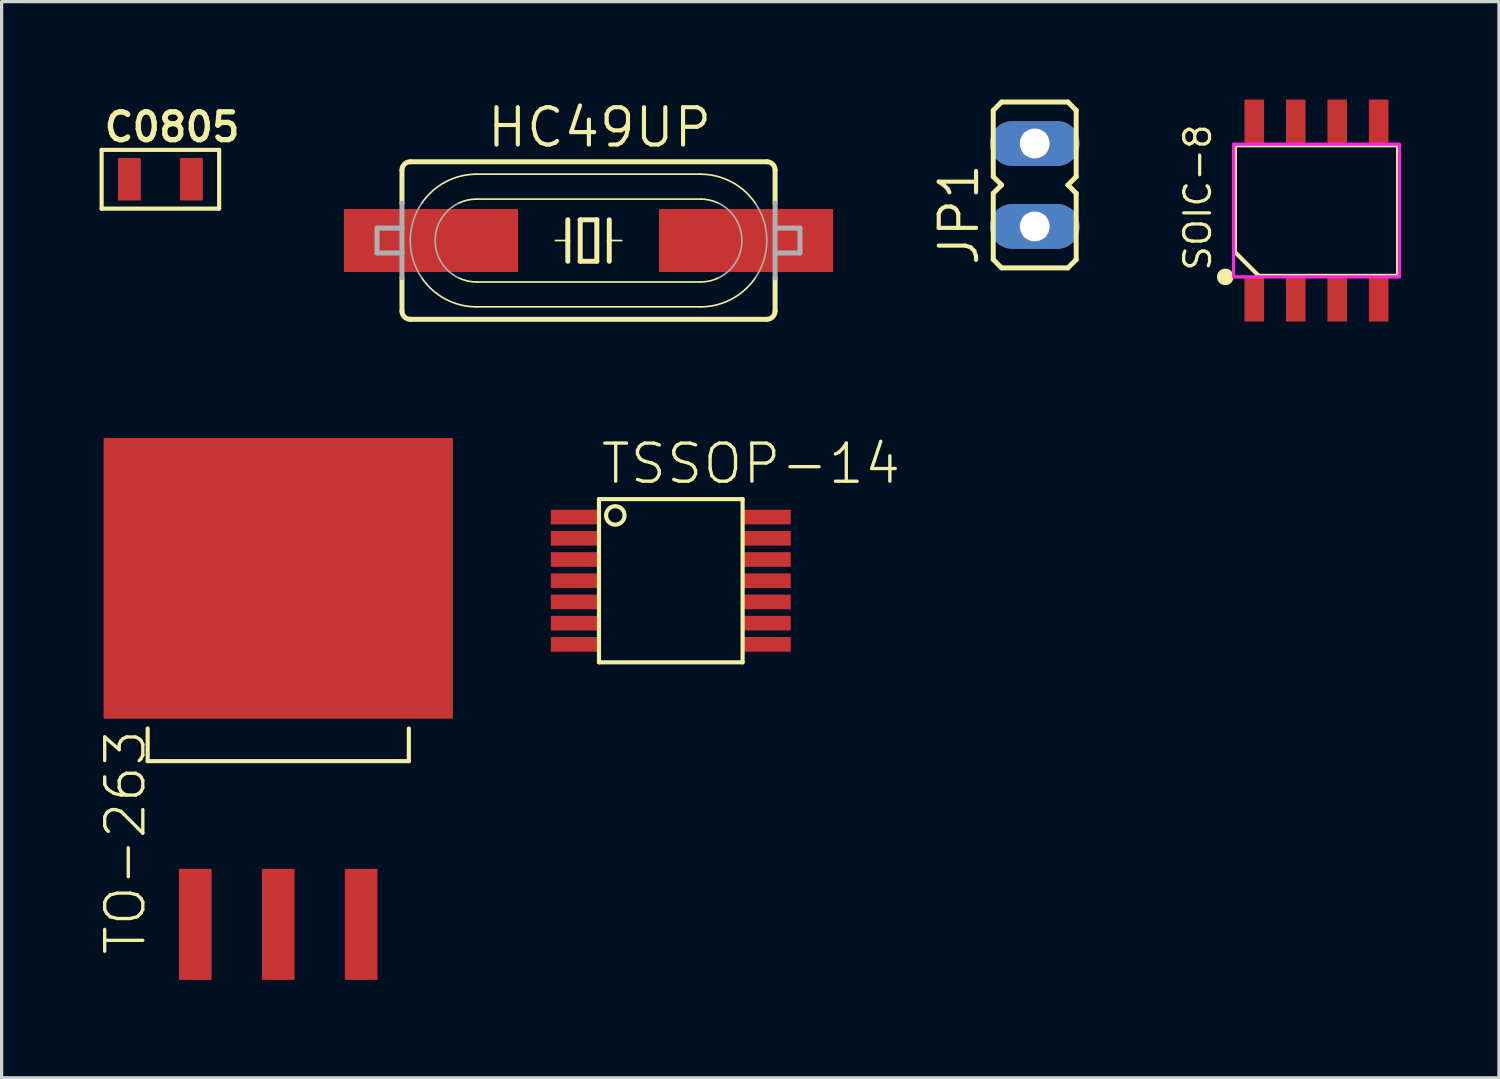
<source format=kicad_pcb>
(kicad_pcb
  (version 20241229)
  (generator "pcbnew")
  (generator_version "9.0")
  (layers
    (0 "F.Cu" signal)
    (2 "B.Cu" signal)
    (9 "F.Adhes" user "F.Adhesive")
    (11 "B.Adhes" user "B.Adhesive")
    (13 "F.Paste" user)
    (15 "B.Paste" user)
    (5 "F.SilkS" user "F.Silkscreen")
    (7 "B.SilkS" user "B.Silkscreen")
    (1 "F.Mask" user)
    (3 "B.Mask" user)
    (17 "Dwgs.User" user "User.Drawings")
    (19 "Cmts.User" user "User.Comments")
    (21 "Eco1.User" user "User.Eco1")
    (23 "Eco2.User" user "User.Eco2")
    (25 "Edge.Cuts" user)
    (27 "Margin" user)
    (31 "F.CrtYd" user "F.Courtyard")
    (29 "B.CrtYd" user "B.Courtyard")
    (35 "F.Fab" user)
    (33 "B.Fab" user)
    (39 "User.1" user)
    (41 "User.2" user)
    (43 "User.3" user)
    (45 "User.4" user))
  (footprint "HC49UP"
    (layer "F.Cu")
    (at 14.978 4.318)
    (property "Reference" "HC49UP" (at -3.175 -2.794 0) (layer "F.SilkS") (effects (font (size 1.143 1.143) (thickness 0.127)) (justify left bottom)))
    (fp_line (start -5.715 -1.143) (end -5.715 -2.159) (stroke (width 0.152) (type solid)) (layer "F.SilkS"))
    (fp_line (start -5.715 2.159) (end -5.715 1.143) (stroke (width 0.152) (type solid)) (layer "F.SilkS"))
    (fp_line (start -3.429 -2.032) (end 3.429 -2.032) (stroke (width 0.051) (type solid)) (layer "F.SilkS"))
    (fp_line (start -3.429 -1.27) (end 3.429 -1.27) (stroke (width 0.051) (type solid)) (layer "F.SilkS"))
    (fp_line (start -0.635 -0.635) (end -0.635 0) (stroke (width 0.152) (type solid)) (layer "F.SilkS"))
    (fp_line (start -0.635 0) (end -1.016 0) (stroke (width 0.051) (type solid)) (layer "F.SilkS"))
    (fp_line (start -0.635 0) (end -0.635 0.635) (stroke (width 0.152) (type solid)) (layer "F.SilkS"))
    (fp_line (start -0.254 -0.635) (end -0.254 0.635) (stroke (width 0.152) (type solid)) (layer "F.SilkS"))
    (fp_line (start -0.254 0.635) (end 0.254 0.635) (stroke (width 0.152) (type solid)) (layer "F.SilkS"))
    (fp_line (start 0.254 -0.635) (end -0.254 -0.635) (stroke (width 0.152) (type solid)) (layer "F.SilkS"))
    (fp_line (start 0.254 0.635) (end 0.254 -0.635) (stroke (width 0.152) (type solid)) (layer "F.SilkS"))
    (fp_line (start 0.635 -0.635) (end 0.635 0) (stroke (width 0.152) (type solid)) (layer "F.SilkS"))
    (fp_line (start 0.635 0) (end 0.635 0.635) (stroke (width 0.152) (type solid)) (layer "F.SilkS"))
    (fp_line (start 0.635 0) (end 1.016 0) (stroke (width 0.051) (type solid)) (layer "F.SilkS"))
    (fp_line (start 3.429 1.27) (end -3.429 1.27) (stroke (width 0.051) (type solid)) (layer "F.SilkS"))
    (fp_line (start 3.429 2.032) (end -3.429 2.032) (stroke (width 0.051) (type solid)) (layer "F.SilkS"))
    (fp_line (start 5.461 -2.413) (end -5.461 -2.413) (stroke (width 0.152) (type solid)) (layer "F.SilkS"))
    (fp_line (start 5.461 2.413) (end -5.461 2.413) (stroke (width 0.152) (type solid)) (layer "F.SilkS"))
    (fp_line (start 5.715 -1.143) (end 5.715 -2.159) (stroke (width 0.152) (type solid)) (layer "F.SilkS"))
    (fp_line (start 5.715 2.159) (end 5.715 1.143) (stroke (width 0.152) (type solid)) (layer "F.SilkS"))
    (fp_arc (start -5.715 -2.159) (mid -5.640605 -2.338605) (end -5.461 -2.413) (stroke (width 0.1524) (type solid)) (layer "F.SilkS"))
    (fp_arc (start -5.461 2.413) (mid -5.640605 2.338605) (end -5.715 2.159) (stroke (width 0.1524) (type solid)) (layer "F.SilkS"))
    (fp_arc (start -5.1091 -1.143) (mid -4.379417 -1.796107) (end -3.429 -2.032101) (stroke (width 0.0508) (type solid)) (layer "F.SilkS"))
    (fp_arc (start -3.9826 -1.143) (mid -3.712991 -1.237845) (end -3.429 -1.27) (stroke (width 0.0508) (type solid)) (layer "F.SilkS"))
    (fp_arc (start -3.429 1.27) (mid -3.712991 1.237845) (end -3.9826 1.143) (stroke (width 0.0508) (type solid)) (layer "F.SilkS"))
    (fp_arc (start -3.429 2.032001) (mid -4.379408 1.796063) (end -5.1091 1.143) (stroke (width 0.0508) (type solid)) (layer "F.SilkS"))
    (fp_arc (start 3.429 -2.032) (mid 4.379408 -1.796062) (end 5.1091 -1.142999) (stroke (width 0.0508) (type solid)) (layer "F.SilkS"))
    (fp_arc (start 3.429 -1.27) (mid 3.712991 -1.237845) (end 3.9826 -1.143) (stroke (width 0.0508) (type solid)) (layer "F.SilkS"))
    (fp_arc (start 3.9826 1.143) (mid 3.712991 1.237845) (end 3.429 1.27) (stroke (width 0.0508) (type solid)) (layer "F.SilkS"))
    (fp_arc (start 5.109 1.142899) (mid 4.379368 1.795994) (end 3.429 2.032) (stroke (width 0.0508) (type solid)) (layer "F.SilkS"))
    (fp_arc (start 5.461 -2.413) (mid 5.640605 -2.338605) (end 5.715 -2.159) (stroke (width 0.1524) (type solid)) (layer "F.SilkS"))
    (fp_arc (start 5.715 2.159) (mid 5.640605 2.338605) (end 5.461 2.413) (stroke (width 0.1524) (type solid)) (layer "F.SilkS"))
    (fp_line (start -6.477 0.381) (end -6.477 -0.381) (stroke (width 0.152) (type solid)) (layer "F.Fab"))
    (fp_line (start -5.715 -0.381) (end -6.477 -0.381) (stroke (width 0.152) (type solid)) (layer "F.Fab"))
    (fp_line (start -5.715 -0.381) (end -5.715 -1.143) (stroke (width 0.152) (type solid)) (layer "F.Fab"))
    (fp_line (start -5.715 0.381) (end -6.477 0.381) (stroke (width 0.152) (type solid)) (layer "F.Fab"))
    (fp_line (start -5.715 0.381) (end -5.715 -0.381) (stroke (width 0.152) (type solid)) (layer "F.Fab"))
    (fp_line (start -5.715 1.143) (end -5.715 0.381) (stroke (width 0.152) (type solid)) (layer "F.Fab"))
    (fp_line (start 5.715 -0.381) (end 6.477 -0.381) (stroke (width 0.152) (type solid)) (layer "F.Fab"))
    (fp_line (start 5.715 0.381) (end 6.477 0.381) (stroke (width 0.152) (type solid)) (layer "F.Fab"))
    (fp_line (start 5.715 1.143) (end 5.715 -1.143) (stroke (width 0.152) (type solid)) (layer "F.Fab"))
    (fp_line (start 6.477 0.381) (end 6.477 -0.381) (stroke (width 0.152) (type solid)) (layer "F.Fab"))
    (fp_arc (start -5.1091 1.143) (mid -5.46104 0) (end -5.1091 -1.143) (stroke (width 0.0508) (type solid)) (layer "F.Fab"))
    (fp_arc (start -3.9826 1.143) (mid -4.699009 0) (end -3.9826 -1.143) (stroke (width 0.0508) (type solid)) (layer "F.Fab"))
    (fp_arc (start 3.9826 -1.143) (mid 4.699009 0) (end 3.9826 1.143) (stroke (width 0.0508) (type solid)) (layer "F.Fab"))
    (fp_arc (start 5.1091 -1.143) (mid 5.46104 0) (end 5.1091 1.143) (stroke (width 0.0508) (type solid)) (layer "F.Fab"))
    (pad "1" smd rect (at -4.826 0) (size 5.334 1.93) (layers "F.Cu" "F.Mask" "F.Paste"))
    (pad "2" smd rect (at 4.826 0) (size 5.334 1.93) (layers "F.Cu" "F.Mask" "F.Paste"))
    (zone (net_name "") (layers "F.Cu" "B.Cu") (hatch edge 0.5) (connect_pads) (min_thickness 0.25) (filled_areas_thickness no) (keepout (tracks allowed) (vias not_allowed) (pads allowed) (copperpour allowed) (footprints allowed)) (placement (enabled no)) (fill) (polygon (pts (xy 8.374 7.366) (xy 21.582 7.366) (xy 21.582 1.27) (xy 8.374 1.27)))))
  (footprint "TO-263"
    (layer "F.Cu")
    (at 5.473 25.266)
    (property "Reference" "TO-263" (at -4 1 90) (layer "F.SilkS") (effects (font (size 1.168 1.168) (thickness 0.102)) (justify left bottom)))
    (fp_line (start -4 -6) (end -4 -5) (stroke (width 0.127) (type solid)) (layer "F.SilkS"))
    (fp_line (start -4 -5) (end 4 -5) (stroke (width 0.127) (type solid)) (layer "F.SilkS"))
    (fp_line (start 4 -5) (end 4 -6) (stroke (width 0.127) (type solid)) (layer "F.SilkS"))
    (pad "P$1" smd rect (at -2.54 0) (size 1 3.4) (layers "F.Cu" "F.Mask" "F.Paste"))
    (pad "P$2" smd rect (at 0 0) (size 1 3.4) (layers "F.Cu" "F.Mask" "F.Paste"))
    (pad "P$3" smd rect (at 2.54 0) (size 1 3.4) (layers "F.Cu" "F.Mask" "F.Paste"))
    (pad "P$4" smd rect (at 0 -10.6) (size 10.7 8.6) (layers "F.Cu" "F.Mask" "F.Paste")))
  (footprint "JP1"
    (layer "F.Cu")
    (at 28.646 2.616)
    (property "Reference" "JP1" (at -1.651 2.54 90) (layer "F.SilkS") (effects (font (size 1.143 1.143) (thickness 0.127)) (justify left bottom)))
    (fp_line (start -1.27 -2.286) (end -1.27 -0.254) (stroke (width 0.152) (type solid)) (layer "F.SilkS"))
    (fp_line (start -1.27 -2.286) (end -1.016 -2.54) (stroke (width 0.152) (type solid)) (layer "F.SilkS"))
    (fp_line (start -1.27 0.254) (end -1.27 2.286) (stroke (width 0.152) (type solid)) (layer "F.SilkS"))
    (fp_line (start -1.016 0) (end -1.27 -0.254) (stroke (width 0.152) (type solid)) (layer "F.SilkS"))
    (fp_line (start -1.016 0) (end -1.27 0.254) (stroke (width 0.152) (type solid)) (layer "F.SilkS"))
    (fp_line (start -1.016 2.54) (end -1.27 2.286) (stroke (width 0.152) (type solid)) (layer "F.SilkS"))
    (fp_line (start -1.016 2.54) (end 1.016 2.54) (stroke (width 0.152) (type solid)) (layer "F.SilkS"))
    (fp_line (start 1.016 -2.54) (end -1.016 -2.54) (stroke (width 0.152) (type solid)) (layer "F.SilkS"))
    (fp_line (start 1.016 0) (end 1.27 -0.254) (stroke (width 0.152) (type solid)) (layer "F.SilkS"))
    (fp_line (start 1.016 0) (end 1.27 0.254) (stroke (width 0.152) (type solid)) (layer "F.SilkS"))
    (fp_line (start 1.016 2.54) (end 1.27 2.286) (stroke (width 0.152) (type solid)) (layer "F.SilkS"))
    (fp_line (start 1.27 -2.286) (end 1.016 -2.54) (stroke (width 0.152) (type solid)) (layer "F.SilkS"))
    (fp_line (start 1.27 -2.286) (end 1.27 -0.254) (stroke (width 0.152) (type solid)) (layer "F.SilkS"))
    (fp_line (start 1.27 0.254) (end 1.27 2.286) (stroke (width 0.152) (type solid)) (layer "F.SilkS"))
    (fp_poly (pts (xy -0.305 -0.965) (xy 0.305 -0.965) (xy 0.305 -1.575) (xy -0.305 -1.575)) (stroke (width 0.1) (type default)) (fill no) (layer "F.Fab"))
    (fp_poly (pts (xy -0.305 1.575) (xy 0.305 1.575) (xy 0.305 0.965) (xy -0.305 0.965)) (stroke (width 0.1) (type default)) (fill no) (layer "F.Fab"))
    (pad "1" thru_hole oval (at 0 1.27) (size 2.743 1.372) (drill 0.914) (layers "*.Cu" "*.Mask"))
    (pad "2" thru_hole oval (at 0 -1.27) (size 2.743 1.372) (drill 0.914) (layers "*.Cu" "*.Mask")))
  (footprint "C0805"
    (layer "F.Cu")
    (at 1.863 2.441)
    (property "Reference" "C0805" (at -1.8 -1.1 0) (layer "F.SilkS") (effects (font (size 0.853 0.853) (thickness 0.163)) (justify left bottom)))
    (fp_line (start -1.8 -0.9) (end -1.8 0.9) (stroke (width 0.127) (type solid)) (layer "F.SilkS"))
    (fp_line (start -1.8 0.9) (end 1.8 0.9) (stroke (width 0.127) (type solid)) (layer "F.SilkS"))
    (fp_line (start 1.8 -0.9) (end -1.8 -0.9) (stroke (width 0.127) (type solid)) (layer "F.SilkS"))
    (fp_line (start 1.8 0.9) (end 1.8 -0.9) (stroke (width 0.127) (type solid)) (layer "F.SilkS"))
    (pad "P$1" smd rect (at -0.95 0 180) (size 0.7 1.3) (layers "F.Cu" "F.Mask" "F.Paste"))
    (pad "P$2" smd rect (at 0.95 0 180) (size 0.7 1.3) (layers "F.Cu" "F.Mask" "F.Paste")))
  (footprint "SOIC-8"
    (layer "F.Cu")
    (at 37.277 3.4)
    (property "Reference" "SOIC-8" (at -3.175 1.905 90) (layer "F.SilkS") (effects (font (size 0.791 0.791) (thickness 0.098)) (justify left bottom)))
    (fp_line (start -2.5 -2) (end 2.5 -2) (stroke (width 0.127) (type solid)) (layer "F.SilkS"))
    (fp_line (start -2.5 1.269) (end -2.5 -2) (stroke (width 0.127) (type solid)) (layer "F.SilkS"))
    (fp_line (start -1.769 2) (end -2.5 1.269) (stroke (width 0.127) (type solid)) (layer "F.SilkS"))
    (fp_line (start 2.5 -2) (end 2.5 2) (stroke (width 0.127) (type solid)) (layer "F.SilkS"))
    (fp_line (start 2.5 2) (end -1.769 2) (stroke (width 0.127) (type solid)) (layer "F.SilkS"))
    (fp_circle (center -2.794 2.032) (end -2.667 2.032) (stroke (width 0.254) (type solid)) (fill yes) (layer "F.SilkS"))
    (fp_poly (pts (xy -2.54 2.032) (xy 2.54 2.032) (xy 2.54 -2.032) (xy -2.54 -2.032)) (stroke (width 0.1) (type default)) (fill no) (layer "F.CrtYd"))
    (pad "1" smd rect (at -1.905 2.7 90) (size 1.4 0.6) (layers "F.Cu" "F.Mask" "F.Paste"))
    (pad "2" smd rect (at -0.635 2.7 90) (size 1.4 0.6) (layers "F.Cu" "F.Mask" "F.Paste"))
    (pad "3" smd rect (at 0.635 2.7 90) (size 1.4 0.6) (layers "F.Cu" "F.Mask" "F.Paste"))
    (pad "4" smd rect (at 1.905 2.7 90) (size 1.4 0.6) (layers "F.Cu" "F.Mask" "F.Paste"))
    (pad "5" smd rect (at 1.905 -2.7 90) (size 1.4 0.6) (layers "F.Cu" "F.Mask" "F.Paste"))
    (pad "6" smd rect (at 0.635 -2.7 90) (size 1.4 0.6) (layers "F.Cu" "F.Mask" "F.Paste"))
    (pad "7" smd rect (at -0.635 -2.7 90) (size 1.4 0.6) (layers "F.Cu" "F.Mask" "F.Paste"))
    (pad "8" smd rect (at -1.905 -2.7 90) (size 1.4 0.6) (layers "F.Cu" "F.Mask" "F.Paste")))
  (footprint "TSSOP-14"
    (layer "F.Cu")
    (at 17.498 14.739)
    (property "Reference" "TSSOP-14" (at -2.2 -2.9 0) (layer "F.SilkS") (effects (font (size 1.168 1.168) (thickness 0.102)) (justify left bottom)))
    (fp_line (start -2.2 -2.5) (end 2.2 -2.5) (stroke (width 0.127) (type solid)) (layer "F.SilkS"))
    (fp_line (start -2.2 2.5) (end -2.2 -2.5) (stroke (width 0.127) (type solid)) (layer "F.SilkS"))
    (fp_line (start 2.2 -2.5) (end 2.2 2.5) (stroke (width 0.127) (type solid)) (layer "F.SilkS"))
    (fp_line (start 2.2 2.5) (end -2.2 2.5) (stroke (width 0.127) (type solid)) (layer "F.SilkS"))
    (fp_circle (center -1.7 -2) (end -1.417 -2) (stroke (width 0.127) (type solid)) (fill no) (layer "F.SilkS"))
    (pad "P$1" smd rect (at -2.95 -1.95) (size 1.45 0.45) (layers "F.Cu" "F.Mask" "F.Paste"))
    (pad "P$2" smd rect (at -2.95 -1.3) (size 1.45 0.45) (layers "F.Cu" "F.Mask" "F.Paste"))
    (pad "P$3" smd rect (at -2.95 -0.65) (size 1.45 0.45) (layers "F.Cu" "F.Mask" "F.Paste"))
    (pad "P$4" smd rect (at -2.95 0) (size 1.45 0.45) (layers "F.Cu" "F.Mask" "F.Paste"))
    (pad "P$5" smd rect (at -2.95 0.65) (size 1.45 0.45) (layers "F.Cu" "F.Mask" "F.Paste"))
    (pad "P$6" smd rect (at -2.95 1.3) (size 1.45 0.45) (layers "F.Cu" "F.Mask" "F.Paste"))
    (pad "P$7" smd rect (at -2.95 1.95) (size 1.45 0.45) (layers "F.Cu" "F.Mask" "F.Paste"))
    (pad "P$8" smd rect (at 2.95 1.95) (size 1.45 0.45) (layers "F.Cu" "F.Mask" "F.Paste"))
    (pad "P$9" smd rect (at 2.95 1.3) (size 1.45 0.45) (layers "F.Cu" "F.Mask" "F.Paste"))
    (pad "P$10" smd rect (at 2.95 0.65) (size 1.45 0.45) (layers "F.Cu" "F.Mask" "F.Paste"))
    (pad "P$11" smd rect (at 2.95 0) (size 1.45 0.45) (layers "F.Cu" "F.Mask" "F.Paste"))
    (pad "P$12" smd rect (at 2.95 -0.65) (size 1.45 0.45) (layers "F.Cu" "F.Mask" "F.Paste"))
    (pad "P$13" smd rect (at 2.95 -1.3) (size 1.45 0.45) (layers "F.Cu" "F.Mask" "F.Paste"))
    (pad "P$14" smd rect (at 2.95 -1.95) (size 1.45 0.45) (layers "F.Cu" "F.Mask" "F.Paste")))
  (gr_rect
    (start -3 -3)
    (end 42.867 29.966)
    (stroke (width 0.1) (type default))
    (fill no)
    (layer "Edge.Cuts")))
</source>
